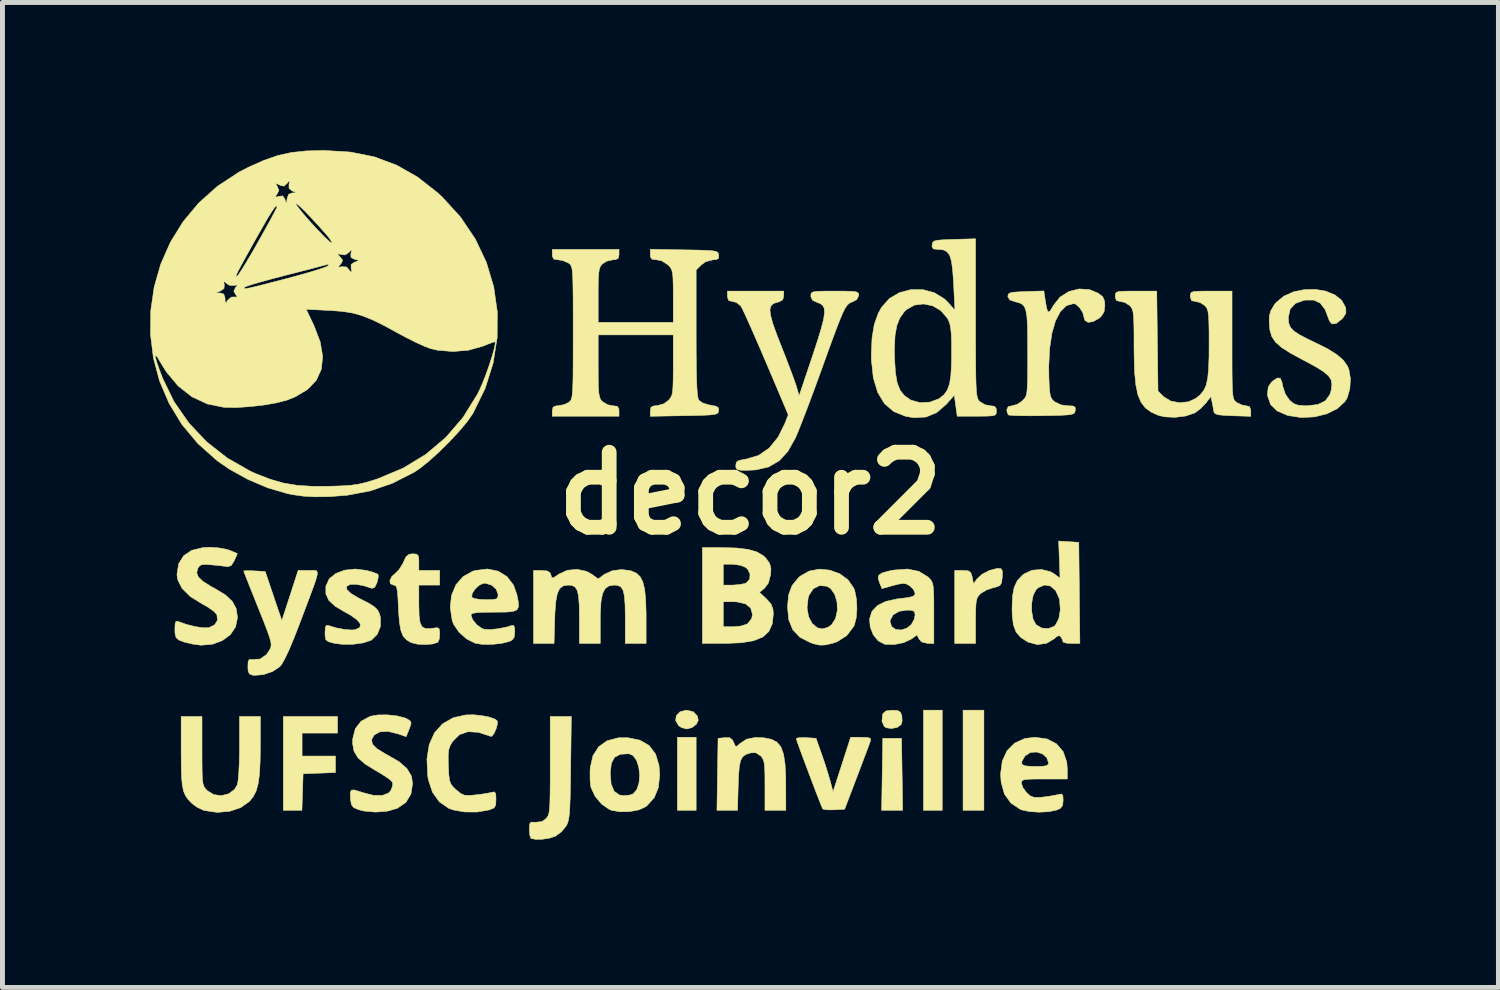
<source format=kicad_pcb>
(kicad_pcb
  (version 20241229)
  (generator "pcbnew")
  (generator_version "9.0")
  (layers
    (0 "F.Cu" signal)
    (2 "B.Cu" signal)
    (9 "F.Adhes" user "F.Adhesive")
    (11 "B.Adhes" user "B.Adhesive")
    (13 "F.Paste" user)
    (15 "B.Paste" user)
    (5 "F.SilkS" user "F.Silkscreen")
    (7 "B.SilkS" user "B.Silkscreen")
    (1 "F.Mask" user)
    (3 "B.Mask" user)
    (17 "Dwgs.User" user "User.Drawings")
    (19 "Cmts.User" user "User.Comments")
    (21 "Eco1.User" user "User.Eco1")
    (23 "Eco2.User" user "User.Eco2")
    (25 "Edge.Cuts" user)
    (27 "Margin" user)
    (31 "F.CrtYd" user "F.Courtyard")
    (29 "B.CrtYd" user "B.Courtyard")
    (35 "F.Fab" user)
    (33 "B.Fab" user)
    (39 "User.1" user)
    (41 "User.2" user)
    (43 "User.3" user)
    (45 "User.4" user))
  (footprint "decor2"
    (layer "F.Cu")
    (at 12.185 6.966)
    (property "Reference" "decor2" (at 0 0 0) (layer "F.SilkS") (effects (font (size 1.524 1.524) (thickness 0.3))))
    (attr through_hole)
    (fp_poly (pts (xy -1.101 6.435) (xy -1.482 6.435) (xy -1.482 4.953) (xy -1.101 4.953) (xy -1.101 6.435)) (stroke (width 0.01) (type solid)) (fill yes) (layer "F.SilkS"))
    (fp_poly (pts (xy 3.092 6.435) (xy 2.665 6.435) (xy 2.688 4.974) (xy 3.069 4.974) (xy 3.092 6.435)) (stroke (width 0.01) (type solid)) (fill yes) (layer "F.SilkS"))
    (fp_poly (pts (xy 3.895 6.435) (xy 3.514 6.435) (xy 3.514 4.403) (xy 3.895 4.403) (xy 3.895 6.435)) (stroke (width 0.01) (type solid)) (fill yes) (layer "F.SilkS"))
    (fp_poly (pts (xy 4.741 6.435) (xy 4.318 6.435) (xy 4.318 4.403) (xy 4.741 4.403) (xy 4.741 6.435)) (stroke (width 0.01) (type solid)) (fill yes) (layer "F.SilkS"))
    (fp_poly (pts (xy -8.382 4.868) (xy -9.102 4.868) (xy -9.102 5.334) (xy -8.424 5.334) (xy -8.424 5.669) (xy -9.081 5.694) (xy -9.093 6.064) (xy -9.105 6.435) (xy -9.483 6.435) (xy -9.483 4.53) (xy -8.382 4.53) (xy -8.382 4.868)) (stroke (width 0.01) (type solid)) (fill yes) (layer "F.SilkS"))
    (fp_poly (pts (xy -1.158 4.435) (xy -1.076 4.523) (xy -1.058 4.609) (xy -1.095 4.686) (xy -1.181 4.753) (xy -1.284 4.784) (xy -1.291 4.784) (xy -1.399 4.756) (xy -1.457 4.717) (xy -1.517 4.613) (xy -1.504 4.513) (xy -1.429 4.436) (xy -1.302 4.403) (xy -1.291 4.403) (xy -1.158 4.435)) (stroke (width 0.01) (type solid)) (fill yes) (layer "F.SilkS"))
    (fp_poly (pts (xy 2.993 4.411) (xy 3.048 4.447) (xy 3.075 4.515) (xy 3.081 4.624) (xy 3.061 4.695) (xy 2.983 4.752) (xy 2.869 4.775) (xy 2.76 4.76) (xy 2.72 4.735) (xy 2.671 4.63) (xy 2.685 4.491) (xy 2.693 4.47) (xy 2.755 4.418) (xy 2.882 4.403) (xy 2.993 4.411)) (stroke (width 0.01) (type solid)) (fill yes) (layer "F.SilkS"))
    (fp_poly (pts (xy 5.094 1.534) (xy 5.116 1.581) (xy 5.115 1.686) (xy 5.114 1.702) (xy 5.1 1.816) (xy 5.064 1.874) (xy 4.982 1.905) (xy 4.933 1.915) (xy 4.797 1.961) (xy 4.682 2.029) (xy 4.669 2.041) (xy 4.626 2.087) (xy 4.598 2.143) (xy 4.582 2.226) (xy 4.574 2.354) (xy 4.572 2.545) (xy 4.572 2.59) (xy 4.572 3.048) (xy 4.149 3.048) (xy 4.149 1.566) (xy 4.313 1.566) (xy 4.421 1.573) (xy 4.474 1.608) (xy 4.501 1.69) (xy 4.504 1.702) (xy 4.531 1.837) (xy 4.599 1.74) (xy 4.703 1.644) (xy 4.852 1.566) (xy 5.004 1.526) (xy 5.039 1.524) (xy 5.094 1.534)) (stroke (width 0.01) (type solid)) (fill yes) (layer "F.SilkS"))
    (fp_poly (pts (xy -3.649 5.577) (xy -3.653 5.906) (xy -3.658 6.162) (xy -3.665 6.355) (xy -3.674 6.497) (xy -3.687 6.599) (xy -3.703 6.672) (xy -3.725 6.727) (xy -3.745 6.762) (xy -3.839 6.874) (xy -3.956 6.96) (xy -3.963 6.963) (xy -4.079 7.001) (xy -4.219 7.023) (xy -4.35 7.027) (xy -4.442 7.01) (xy -4.459 6.999) (xy -4.478 6.942) (xy -4.487 6.837) (xy -4.487 6.816) (xy -4.482 6.715) (xy -4.453 6.676) (xy -4.38 6.677) (xy -4.365 6.679) (xy -4.231 6.664) (xy -4.153 6.608) (xy -4.125 6.576) (xy -4.103 6.537) (xy -4.087 6.48) (xy -4.077 6.394) (xy -4.07 6.267) (xy -4.066 6.089) (xy -4.064 5.848) (xy -4.064 5.535) (xy -4.064 5.524) (xy -4.064 4.53) (xy -3.635 4.53) (xy -3.649 5.577)) (stroke (width 0.01) (type solid)) (fill yes) (layer "F.SilkS"))
    (fp_poly (pts (xy 0.279 4.964) (xy 0.427 4.994) (xy 0.539 5.052) (xy 0.62 5.149) (xy 0.673 5.295) (xy 0.704 5.5) (xy 0.718 5.774) (xy 0.719 5.937) (xy 0.72 6.435) (xy 0.296 6.435) (xy 0.296 5.927) (xy 0.295 5.708) (xy 0.289 5.557) (xy 0.277 5.458) (xy 0.255 5.392) (xy 0.222 5.345) (xy 0.208 5.33) (xy 0.109 5.266) (xy 0.007 5.27) (xy -0.087 5.3) (xy -0.154 5.345) (xy -0.197 5.42) (xy -0.224 5.54) (xy -0.239 5.717) (xy -0.247 5.928) (xy -0.261 6.435) (xy -0.679 6.435) (xy -0.656 4.974) (xy -0.519 4.961) (xy -0.416 4.963) (xy -0.361 5.01) (xy -0.339 5.057) (xy -0.306 5.132) (xy -0.272 5.135) (xy -0.214 5.082) (xy -0.077 4.992) (xy 0.103 4.956) (xy 0.279 4.964)) (stroke (width 0.01) (type solid)) (fill yes) (layer "F.SilkS"))
    (fp_poly (pts (xy 2.374 4.957) (xy 2.432 4.973) (xy 2.442 5.009) (xy 2.437 5.027) (xy 2.415 5.09) (xy 2.368 5.218) (xy 2.301 5.394) (xy 2.222 5.604) (xy 2.164 5.757) (xy 1.914 6.413) (xy 1.701 6.426) (xy 1.576 6.427) (xy 1.489 6.416) (xy 1.469 6.405) (xy 1.445 6.352) (xy 1.399 6.237) (xy 1.336 6.076) (xy 1.263 5.884) (xy 1.185 5.678) (xy 1.108 5.473) (xy 1.038 5.285) (xy 0.982 5.13) (xy 0.944 5.023) (xy 0.931 4.98) (xy 0.969 4.964) (xy 1.065 4.959) (xy 1.132 4.961) (xy 1.333 4.974) (xy 1.453 5.313) (xy 1.517 5.501) (xy 1.576 5.689) (xy 1.62 5.838) (xy 1.625 5.856) (xy 1.678 6.06) (xy 1.857 5.506) (xy 2.036 4.953) (xy 2.248 4.953) (xy 2.374 4.957)) (stroke (width 0.01) (type solid)) (fill yes) (layer "F.SilkS"))
    (fp_poly (pts (xy -11.134 5.23) (xy -11.133 5.489) (xy -11.131 5.677) (xy -11.125 5.808) (xy -11.113 5.895) (xy -11.093 5.954) (xy -11.065 5.997) (xy -11.03 6.034) (xy -10.896 6.117) (xy -10.741 6.138) (xy -10.592 6.1) (xy -10.471 6.01) (xy -10.416 5.915) (xy -10.4 5.827) (xy -10.387 5.674) (xy -10.377 5.475) (xy -10.372 5.247) (xy -10.372 5.158) (xy -10.372 4.53) (xy -9.948 4.53) (xy -9.949 5.133) (xy -9.954 5.453) (xy -9.967 5.702) (xy -9.993 5.893) (xy -10.033 6.04) (xy -10.091 6.155) (xy -10.168 6.252) (xy -10.171 6.255) (xy -10.347 6.381) (xy -10.572 6.456) (xy -10.824 6.478) (xy -11.08 6.441) (xy -11.107 6.433) (xy -11.228 6.377) (xy -11.334 6.299) (xy -11.411 6.221) (xy -11.468 6.142) (xy -11.508 6.048) (xy -11.534 5.924) (xy -11.549 5.758) (xy -11.555 5.535) (xy -11.557 5.251) (xy -11.557 4.53) (xy -11.134 4.53) (xy -11.134 5.23)) (stroke (width 0.01) (type solid)) (fill yes) (layer "F.SilkS"))
    (fp_poly (pts (xy 1.615 1.56) (xy 1.816 1.634) (xy 1.983 1.757) (xy 2.099 1.924) (xy 2.118 1.973) (xy 2.153 2.144) (xy 2.163 2.342) (xy 2.148 2.533) (xy 2.109 2.681) (xy 2.101 2.698) (xy 1.957 2.888) (xy 1.759 3.014) (xy 1.672 3.044) (xy 1.525 3.078) (xy 1.414 3.083) (xy 1.296 3.057) (xy 1.214 3.029) (xy 1.005 2.922) (xy 0.861 2.77) (xy 0.779 2.567) (xy 0.756 2.328) (xy 1.151 2.328) (xy 1.182 2.505) (xy 1.255 2.645) (xy 1.365 2.732) (xy 1.46 2.752) (xy 1.571 2.722) (xy 1.649 2.669) (xy 1.73 2.54) (xy 1.766 2.377) (xy 1.759 2.206) (xy 1.712 2.05) (xy 1.629 1.932) (xy 1.553 1.886) (xy 1.406 1.873) (xy 1.281 1.935) (xy 1.193 2.062) (xy 1.172 2.129) (xy 1.151 2.328) (xy 0.756 2.328) (xy 0.754 2.304) (xy 0.776 2.062) (xy 0.846 1.873) (xy 0.973 1.717) (xy 1.013 1.681) (xy 1.195 1.578) (xy 1.402 1.539) (xy 1.615 1.56)) (stroke (width 0.01) (type solid)) (fill yes) (layer "F.SilkS"))
    (fp_poly (pts (xy -2.243 5.012) (xy -2.054 5.122) (xy -1.925 5.293) (xy -1.855 5.524) (xy -1.841 5.715) (xy -1.868 5.974) (xy -1.951 6.178) (xy -2.097 6.341) (xy -2.127 6.364) (xy -2.262 6.426) (xy -2.444 6.461) (xy -2.638 6.466) (xy -2.81 6.438) (xy -2.86 6.42) (xy -3.02 6.31) (xy -3.153 6.152) (xy -3.234 5.977) (xy -3.242 5.945) (xy -3.255 5.812) (xy -3.255 5.687) (xy -2.845 5.687) (xy -2.827 5.904) (xy -2.766 6.049) (xy -2.662 6.124) (xy -2.571 6.138) (xy -2.46 6.128) (xy -2.384 6.105) (xy -2.384 6.105) (xy -2.305 6.014) (xy -2.261 5.879) (xy -2.248 5.721) (xy -2.266 5.562) (xy -2.311 5.422) (xy -2.382 5.323) (xy -2.467 5.287) (xy -2.642 5.298) (xy -2.757 5.359) (xy -2.822 5.479) (xy -2.845 5.668) (xy -2.845 5.687) (xy -3.255 5.687) (xy -3.256 5.647) (xy -3.251 5.572) (xy -3.197 5.33) (xy -3.082 5.147) (xy -2.91 5.024) (xy -2.684 4.964) (xy -2.491 4.962) (xy -2.243 5.012)) (stroke (width 0.01) (type solid)) (fill yes) (layer "F.SilkS"))
    (fp_poly (pts (xy -6.775 1.235) (xy -6.74 1.272) (xy -6.731 1.364) (xy -6.731 1.397) (xy -6.731 1.566) (xy -6.308 1.566) (xy -6.308 1.863) (xy -6.731 1.863) (xy -6.731 2.26) (xy -6.726 2.478) (xy -6.707 2.623) (xy -6.666 2.709) (xy -6.597 2.745) (xy -6.494 2.744) (xy -6.455 2.739) (xy -6.357 2.728) (xy -6.316 2.753) (xy -6.308 2.834) (xy -6.308 2.858) (xy -6.318 2.961) (xy -6.344 3.022) (xy -6.346 3.025) (xy -6.453 3.059) (xy -6.604 3.071) (xy -6.76 3.063) (xy -6.884 3.032) (xy -6.886 3.031) (xy -6.982 2.975) (xy -7.051 2.898) (xy -7.096 2.784) (xy -7.125 2.62) (xy -7.143 2.39) (xy -7.146 2.318) (xy -7.156 2.116) (xy -7.167 1.984) (xy -7.183 1.907) (xy -7.207 1.872) (xy -7.241 1.863) (xy -7.244 1.863) (xy -7.31 1.835) (xy -7.32 1.77) (xy -7.28 1.689) (xy -7.217 1.633) (xy -7.132 1.548) (xy -7.056 1.426) (xy -7.043 1.395) (xy -6.99 1.286) (xy -6.931 1.238) (xy -6.853 1.228) (xy -6.775 1.235)) (stroke (width 0.01) (type solid)) (fill yes) (layer "F.SilkS"))
    (fp_poly (pts (xy -8.81 1.571) (xy -8.792 1.599) (xy -8.795 1.655) (xy -8.819 1.748) (xy -8.867 1.887) (xy -8.939 2.081) (xy -9.036 2.339) (xy -9.127 2.58) (xy -9.255 2.911) (xy -9.361 3.167) (xy -9.448 3.352) (xy -9.517 3.473) (xy -9.555 3.52) (xy -9.701 3.618) (xy -9.888 3.681) (xy -10.074 3.696) (xy -10.107 3.692) (xy -10.171 3.667) (xy -10.198 3.604) (xy -10.202 3.517) (xy -10.197 3.413) (xy -10.171 3.372) (xy -10.109 3.374) (xy -10.101 3.375) (xy -9.954 3.364) (xy -9.827 3.276) (xy -9.76 3.179) (xy -9.739 3.133) (xy -9.73 3.084) (xy -9.736 3.019) (xy -9.761 2.927) (xy -9.807 2.796) (xy -9.877 2.612) (xy -9.976 2.364) (xy -9.992 2.325) (xy -10.085 2.093) (xy -10.166 1.89) (xy -10.23 1.728) (xy -10.272 1.62) (xy -10.287 1.577) (xy -10.287 1.577) (xy -10.249 1.571) (xy -10.151 1.571) (xy -10.069 1.575) (xy -9.85 1.587) (xy -9.682 2.086) (xy -9.513 2.584) (xy -9.347 2.075) (xy -9.182 1.566) (xy -8.97 1.566) (xy -8.9 1.564) (xy -8.846 1.563) (xy -8.81 1.571)) (stroke (width 0.01) (type solid)) (fill yes) (layer "F.SilkS"))
    (fp_poly (pts (xy -5.454 4.513) (xy -5.298 4.544) (xy -5.184 4.585) (xy -5.14 4.62) (xy -5.136 4.682) (xy -5.16 4.775) (xy -5.2 4.867) (xy -5.244 4.927) (xy -5.269 4.935) (xy -5.523 4.852) (xy -5.735 4.84) (xy -5.907 4.9) (xy -6.041 5.032) (xy -6.045 5.038) (xy -6.095 5.122) (xy -6.124 5.206) (xy -6.135 5.316) (xy -6.134 5.477) (xy -6.131 5.539) (xy -6.123 5.713) (xy -6.108 5.827) (xy -6.08 5.903) (xy -6.032 5.965) (xy -5.973 6.02) (xy -5.883 6.094) (xy -5.804 6.129) (xy -5.702 6.134) (xy -5.592 6.124) (xy -5.441 6.106) (xy -5.312 6.084) (xy -5.26 6.072) (xy -5.199 6.062) (xy -5.172 6.093) (xy -5.165 6.184) (xy -5.165 6.216) (xy -5.171 6.328) (xy -5.204 6.387) (xy -5.288 6.422) (xy -5.323 6.432) (xy -5.555 6.471) (xy -5.803 6.469) (xy -6.029 6.429) (xy -6.125 6.395) (xy -6.316 6.263) (xy -6.455 6.067) (xy -6.539 5.812) (xy -6.551 5.735) (xy -6.567 5.395) (xy -6.521 5.103) (xy -6.414 4.863) (xy -6.25 4.68) (xy -6.032 4.556) (xy -5.784 4.5) (xy -5.624 4.496) (xy -5.454 4.513)) (stroke (width 0.01) (type solid)) (fill yes) (layer "F.SilkS"))
    (fp_poly (pts (xy -0.284 1.11) (xy -0.044 1.139) (xy 0.135 1.191) (xy 0.266 1.269) (xy 0.321 1.324) (xy 0.392 1.425) (xy 0.417 1.524) (xy 0.411 1.648) (xy 0.367 1.82) (xy 0.288 1.925) (xy 0.186 2.011) (xy 0.326 2.143) (xy 0.419 2.248) (xy 0.459 2.353) (xy 0.466 2.452) (xy 0.444 2.651) (xy 0.375 2.805) (xy 0.252 2.917) (xy 0.067 2.992) (xy -0.185 3.034) (xy -0.497 3.047) (xy -0.974 3.048) (xy -0.974 2.201) (xy -0.55 2.201) (xy -0.55 2.709) (xy -0.348 2.709) (xy -0.199 2.695) (xy -0.078 2.658) (xy -0.052 2.643) (xy 0.028 2.539) (xy 0.042 2.455) (xy 0.006 2.328) (xy -0.101 2.243) (xy -0.276 2.204) (xy -0.348 2.201) (xy -0.55 2.201) (xy -0.974 2.201) (xy -0.974 1.439) (xy -0.55 1.439) (xy -0.55 1.863) (xy -0.357 1.863) (xy -0.22 1.853) (xy -0.108 1.83) (xy -0.082 1.819) (xy -0.014 1.742) (xy -0.007 1.638) (xy -0.057 1.538) (xy -0.094 1.505) (xy -0.197 1.463) (xy -0.333 1.441) (xy -0.369 1.439) (xy -0.55 1.439) (xy -0.974 1.439) (xy -0.974 1.101) (xy -0.595 1.101) (xy -0.284 1.11)) (stroke (width 0.01) (type solid)) (fill yes) (layer "F.SilkS"))
    (fp_poly (pts (xy 6.668 0.995) (xy 6.679 2.021) (xy 6.69 3.048) (xy 6.52 3.048) (xy 6.414 3.041) (xy 6.354 3.023) (xy 6.349 3.016) (xy 6.329 2.956) (xy 6.309 2.922) (xy 6.272 2.887) (xy 6.221 2.908) (xy 6.172 2.95) (xy 6.012 3.046) (xy 5.826 3.071) (xy 5.641 3.022) (xy 5.633 3.018) (xy 5.49 2.926) (xy 5.395 2.818) (xy 5.34 2.673) (xy 5.316 2.475) (xy 5.314 2.399) (xy 5.712 2.399) (xy 5.74 2.556) (xy 5.798 2.665) (xy 5.8 2.667) (xy 5.916 2.735) (xy 6.05 2.746) (xy 6.167 2.7) (xy 6.192 2.678) (xy 6.262 2.546) (xy 6.292 2.367) (xy 6.279 2.174) (xy 6.267 2.124) (xy 6.196 1.972) (xy 6.091 1.882) (xy 5.969 1.862) (xy 5.844 1.916) (xy 5.801 1.955) (xy 5.742 2.068) (xy 5.712 2.226) (xy 5.712 2.399) (xy 5.314 2.399) (xy 5.313 2.336) (xy 5.322 2.09) (xy 5.356 1.909) (xy 5.419 1.774) (xy 5.519 1.665) (xy 5.559 1.634) (xy 5.722 1.561) (xy 5.911 1.546) (xy 6.091 1.59) (xy 6.167 1.634) (xy 6.287 1.723) (xy 6.273 1.346) (xy 6.259 0.969) (xy 6.668 0.995)) (stroke (width 0.01) (type solid)) (fill yes) (layer "F.SilkS"))
    (fp_poly (pts (xy -3.326 1.584) (xy -3.221 1.642) (xy -3.09 1.738) (xy -2.96 1.642) (xy -2.803 1.571) (xy -2.614 1.547) (xy -2.428 1.572) (xy -2.313 1.622) (xy -2.239 1.692) (xy -2.184 1.796) (xy -2.147 1.947) (xy -2.126 2.156) (xy -2.117 2.434) (xy -2.117 2.529) (xy -2.117 3.048) (xy -2.54 3.048) (xy -2.54 2.522) (xy -2.544 2.269) (xy -2.557 2.089) (xy -2.584 1.97) (xy -2.629 1.9) (xy -2.695 1.869) (xy -2.765 1.863) (xy -2.872 1.88) (xy -2.95 1.936) (xy -3.002 2.04) (xy -3.033 2.202) (xy -3.046 2.434) (xy -3.048 2.58) (xy -3.048 3.048) (xy -3.471 3.048) (xy -3.471 2.522) (xy -3.475 2.269) (xy -3.488 2.09) (xy -3.515 1.971) (xy -3.56 1.901) (xy -3.627 1.869) (xy -3.701 1.863) (xy -3.798 1.878) (xy -3.87 1.931) (xy -3.919 2.033) (xy -3.95 2.193) (xy -3.968 2.423) (xy -3.972 2.544) (xy -3.986 3.048) (xy -4.403 3.048) (xy -4.403 1.566) (xy -4.238 1.566) (xy -4.124 1.576) (xy -4.067 1.614) (xy -4.051 1.655) (xy -4.033 1.709) (xy -4.003 1.717) (xy -3.938 1.676) (xy -3.894 1.644) (xy -3.72 1.563) (xy -3.52 1.543) (xy -3.326 1.584)) (stroke (width 0.01) (type solid)) (fill yes) (layer "F.SilkS"))
    (fp_poly (pts (xy -7.79 1.566) (xy -7.788 1.567) (xy -7.664 1.602) (xy -7.578 1.635) (xy -7.557 1.65) (xy -7.556 1.709) (xy -7.58 1.808) (xy -7.583 1.818) (xy -7.628 1.91) (xy -7.681 1.929) (xy -7.699 1.924) (xy -7.852 1.875) (xy -8.005 1.848) (xy -8.123 1.849) (xy -8.131 1.851) (xy -8.2 1.892) (xy -8.192 1.954) (xy -8.111 2.033) (xy -7.96 2.123) (xy -7.931 2.138) (xy -7.752 2.229) (xy -7.635 2.303) (xy -7.565 2.374) (xy -7.527 2.456) (xy -7.51 2.524) (xy -7.511 2.704) (xy -7.576 2.864) (xy -7.692 2.978) (xy -7.707 2.986) (xy -7.862 3.037) (xy -8.064 3.065) (xy -8.277 3.067) (xy -8.456 3.043) (xy -8.568 3.012) (xy -8.62 2.971) (xy -8.635 2.892) (xy -8.636 2.829) (xy -8.63 2.721) (xy -8.608 2.68) (xy -8.565 2.685) (xy -8.408 2.732) (xy -8.239 2.764) (xy -8.09 2.775) (xy -8.019 2.768) (xy -7.929 2.723) (xy -7.917 2.656) (xy -7.981 2.572) (xy -8.118 2.473) (xy -8.228 2.413) (xy -8.431 2.292) (xy -8.559 2.173) (xy -8.619 2.043) (xy -8.619 1.892) (xy -8.616 1.877) (xy -8.55 1.735) (xy -8.418 1.628) (xy -8.238 1.56) (xy -8.023 1.537) (xy -7.79 1.566)) (stroke (width 0.01) (type solid)) (fill yes) (layer "F.SilkS"))
    (fp_poly (pts (xy -7.173 4.519) (xy -7.013 4.56) (xy -6.974 4.578) (xy -6.907 4.62) (xy -6.888 4.667) (xy -6.913 4.75) (xy -6.928 4.788) (xy -6.989 4.941) (xy -7.146 4.886) (xy -7.355 4.834) (xy -7.522 4.841) (xy -7.638 4.907) (xy -7.638 4.908) (xy -7.691 5) (xy -7.674 5.091) (xy -7.582 5.185) (xy -7.412 5.289) (xy -7.369 5.312) (xy -7.131 5.45) (xy -6.971 5.591) (xy -6.882 5.741) (xy -6.858 5.89) (xy -6.892 6.107) (xy -6.995 6.276) (xy -7.167 6.394) (xy -7.168 6.395) (xy -7.37 6.453) (xy -7.608 6.472) (xy -7.843 6.451) (xy -7.959 6.422) (xy -8.054 6.38) (xy -8.1 6.323) (xy -8.118 6.217) (xy -8.12 6.191) (xy -8.124 6.081) (xy -8.103 6.028) (xy -8.042 6.022) (xy -7.923 6.058) (xy -7.874 6.075) (xy -7.654 6.131) (xy -7.474 6.134) (xy -7.345 6.084) (xy -7.303 6.038) (xy -7.263 5.942) (xy -7.263 5.871) (xy -7.31 5.82) (xy -7.414 5.745) (xy -7.554 5.659) (xy -7.605 5.63) (xy -7.821 5.497) (xy -7.966 5.371) (xy -8.047 5.237) (xy -8.076 5.082) (xy -8.073 4.983) (xy -8.021 4.778) (xy -7.905 4.628) (xy -7.722 4.529) (xy -7.713 4.526) (xy -7.56 4.499) (xy -7.368 4.498) (xy -7.173 4.519)) (stroke (width 0.01) (type solid)) (fill yes) (layer "F.SilkS"))
    (fp_poly (pts (xy -10.798 1.107) (xy -10.639 1.136) (xy -10.567 1.159) (xy -10.416 1.223) (xy -10.476 1.363) (xy -10.539 1.465) (xy -10.611 1.49) (xy -10.612 1.489) (xy -10.696 1.478) (xy -10.829 1.463) (xy -10.929 1.453) (xy -11.068 1.443) (xy -11.148 1.452) (xy -11.194 1.485) (xy -11.216 1.519) (xy -11.241 1.61) (xy -11.21 1.696) (xy -11.116 1.787) (xy -10.95 1.891) (xy -10.874 1.932) (xy -10.659 2.062) (xy -10.518 2.194) (xy -10.44 2.34) (xy -10.414 2.515) (xy -10.414 2.528) (xy -10.453 2.714) (xy -10.559 2.871) (xy -10.721 2.99) (xy -10.923 3.064) (xy -11.152 3.084) (xy -11.324 3.061) (xy -11.498 3.019) (xy -11.604 2.979) (xy -11.66 2.927) (xy -11.681 2.849) (xy -11.684 2.765) (xy -11.68 2.649) (xy -11.662 2.6) (xy -11.622 2.6) (xy -11.61 2.605) (xy -11.448 2.662) (xy -11.271 2.706) (xy -11.111 2.73) (xy -10.997 2.728) (xy -10.996 2.728) (xy -10.878 2.671) (xy -10.819 2.577) (xy -10.832 2.465) (xy -10.837 2.455) (xy -10.898 2.392) (xy -11.01 2.313) (xy -11.128 2.246) (xy -11.372 2.096) (xy -11.54 1.929) (xy -11.628 1.752) (xy -11.642 1.647) (xy -11.608 1.432) (xy -11.508 1.269) (xy -11.344 1.158) (xy -11.115 1.102) (xy -10.965 1.095) (xy -10.798 1.107)) (stroke (width 0.01) (type solid)) (fill yes) (layer "F.SilkS"))
    (fp_poly (pts (xy 6.023 4.987) (xy 6.215 5.086) (xy 6.351 5.245) (xy 6.424 5.457) (xy 6.435 5.598) (xy 6.435 5.8) (xy 5.969 5.8) (xy 5.765 5.801) (xy 5.632 5.805) (xy 5.553 5.816) (xy 5.516 5.836) (xy 5.504 5.868) (xy 5.503 5.886) (xy 5.532 5.973) (xy 5.602 6.071) (xy 5.613 6.082) (xy 5.688 6.147) (xy 5.764 6.174) (xy 5.875 6.173) (xy 5.941 6.167) (xy 6.087 6.147) (xy 6.212 6.124) (xy 6.255 6.114) (xy 6.318 6.104) (xy 6.345 6.14) (xy 6.35 6.235) (xy 6.339 6.341) (xy 6.289 6.399) (xy 6.217 6.431) (xy 6.057 6.464) (xy 5.862 6.474) (xy 5.666 6.461) (xy 5.508 6.427) (xy 5.482 6.417) (xy 5.289 6.289) (xy 5.158 6.106) (xy 5.091 5.866) (xy 5.08 5.7) (xy 5.106 5.501) (xy 5.512 5.501) (xy 5.576 5.533) (xy 5.713 5.545) (xy 5.779 5.546) (xy 5.93 5.542) (xy 6.014 5.529) (xy 6.049 5.501) (xy 6.054 5.475) (xy 6.018 5.365) (xy 5.927 5.288) (xy 5.807 5.252) (xy 5.684 5.262) (xy 5.582 5.327) (xy 5.569 5.343) (xy 5.512 5.441) (xy 5.512 5.501) (xy 5.106 5.501) (xy 5.114 5.438) (xy 5.211 5.226) (xy 5.365 5.071) (xy 5.572 4.978) (xy 5.779 4.953) (xy 6.023 4.987)) (stroke (width 0.01) (type solid)) (fill yes) (layer "F.SilkS"))
    (fp_poly (pts (xy -5.122 1.58) (xy -4.941 1.691) (xy -4.808 1.865) (xy -4.74 2.058) (xy -4.712 2.204) (xy -4.708 2.303) (xy -4.739 2.365) (xy -4.817 2.397) (xy -4.954 2.411) (xy -5.161 2.413) (xy -5.206 2.413) (xy -5.419 2.415) (xy -5.559 2.423) (xy -5.639 2.438) (xy -5.671 2.461) (xy -5.673 2.471) (xy -5.639 2.566) (xy -5.556 2.667) (xy -5.453 2.742) (xy -5.397 2.762) (xy -5.277 2.766) (xy -5.116 2.749) (xy -4.952 2.716) (xy -4.858 2.687) (xy -4.808 2.681) (xy -4.787 2.727) (xy -4.784 2.812) (xy -4.796 2.923) (xy -4.843 2.983) (xy -4.892 3.007) (xy -5.057 3.048) (xy -5.257 3.068) (xy -5.453 3.066) (xy -5.588 3.043) (xy -5.759 2.958) (xy -5.914 2.821) (xy -6.025 2.659) (xy -6.054 2.584) (xy -6.094 2.317) (xy -6.071 2.104) (xy -5.658 2.104) (xy -5.654 2.112) (xy -5.599 2.137) (xy -5.487 2.154) (xy -5.374 2.159) (xy -5.234 2.157) (xy -5.159 2.144) (xy -5.128 2.113) (xy -5.122 2.055) (xy -5.122 2.054) (xy -5.16 1.948) (xy -5.253 1.865) (xy -5.374 1.826) (xy -5.423 1.828) (xy -5.507 1.867) (xy -5.589 1.944) (xy -5.647 2.031) (xy -5.658 2.104) (xy -6.071 2.104) (xy -6.067 2.071) (xy -5.979 1.858) (xy -5.834 1.691) (xy -5.638 1.582) (xy -5.59 1.567) (xy -5.342 1.536) (xy -5.122 1.58)) (stroke (width 0.01) (type solid)) (fill yes) (layer "F.SilkS"))
    (fp_poly (pts (xy 3.422 1.585) (xy 3.608 1.7) (xy 3.625 1.716) (xy 3.664 1.759) (xy 3.691 1.807) (xy 3.709 1.875) (xy 3.719 1.977) (xy 3.724 2.129) (xy 3.725 2.346) (xy 3.725 2.432) (xy 3.725 3.048) (xy 3.6 3.048) (xy 3.478 3.017) (xy 3.428 2.962) (xy 3.382 2.876) (xy 3.264 2.961) (xy 3.114 3.031) (xy 2.928 3.069) (xy 2.75 3.067) (xy 2.725 3.063) (xy 2.595 2.995) (xy 2.494 2.871) (xy 2.433 2.713) (xy 2.424 2.604) (xy 2.836 2.604) (xy 2.869 2.707) (xy 2.953 2.765) (xy 3.066 2.774) (xy 3.185 2.733) (xy 3.27 2.661) (xy 3.327 2.556) (xy 3.344 2.472) (xy 3.334 2.405) (xy 3.285 2.376) (xy 3.184 2.371) (xy 3.019 2.396) (xy 2.899 2.466) (xy 2.84 2.57) (xy 2.836 2.604) (xy 2.424 2.604) (xy 2.42 2.549) (xy 2.466 2.403) (xy 2.471 2.394) (xy 2.583 2.276) (xy 2.747 2.195) (xy 2.976 2.144) (xy 3.064 2.134) (xy 3.217 2.114) (xy 3.303 2.091) (xy 3.339 2.057) (xy 3.344 2.027) (xy 3.311 1.95) (xy 3.236 1.878) (xy 3.166 1.84) (xy 3.096 1.829) (xy 2.995 1.846) (xy 2.9 1.871) (xy 2.672 1.935) (xy 2.621 1.812) (xy 2.594 1.721) (xy 2.61 1.659) (xy 2.682 1.614) (xy 2.82 1.576) (xy 2.912 1.558) (xy 3.189 1.537) (xy 3.422 1.585)) (stroke (width 0.01) (type solid)) (fill yes) (layer "F.SilkS"))
    (fp_poly (pts (xy 11.68 -4.105) (xy 11.864 -4.031) (xy 12.004 -3.92) (xy 12.085 -3.773) (xy 12.089 -3.759) (xy 12.091 -3.658) (xy 12.034 -3.565) (xy 12.007 -3.537) (xy 11.894 -3.449) (xy 11.808 -3.439) (xy 11.753 -3.506) (xy 11.748 -3.524) (xy 11.669 -3.732) (xy 11.568 -3.863) (xy 11.436 -3.924) (xy 11.264 -3.923) (xy 11.238 -3.918) (xy 11.065 -3.855) (xy 10.96 -3.741) (xy 10.922 -3.575) (xy 10.922 -3.559) (xy 10.93 -3.456) (xy 10.963 -3.372) (xy 11.031 -3.297) (xy 11.149 -3.219) (xy 11.326 -3.127) (xy 11.451 -3.068) (xy 11.715 -2.937) (xy 11.907 -2.817) (xy 12.04 -2.702) (xy 12.124 -2.581) (xy 12.152 -2.512) (xy 12.183 -2.326) (xy 12.171 -2.125) (xy 12.12 -1.945) (xy 12.076 -1.868) (xy 11.919 -1.721) (xy 11.704 -1.614) (xy 11.452 -1.552) (xy 11.182 -1.539) (xy 10.914 -1.58) (xy 10.902 -1.584) (xy 10.695 -1.673) (xy 10.562 -1.803) (xy 10.502 -1.973) (xy 10.499 -2.031) (xy 10.516 -2.164) (xy 10.581 -2.258) (xy 10.609 -2.282) (xy 10.7 -2.342) (xy 10.757 -2.337) (xy 10.792 -2.261) (xy 10.81 -2.166) (xy 10.863 -2.012) (xy 10.948 -1.89) (xy 11.029 -1.823) (xy 11.119 -1.79) (xy 11.251 -1.778) (xy 11.303 -1.778) (xy 11.521 -1.803) (xy 11.675 -1.879) (xy 11.768 -2.01) (xy 11.794 -2.101) (xy 11.806 -2.21) (xy 11.791 -2.302) (xy 11.738 -2.385) (xy 11.638 -2.47) (xy 11.481 -2.568) (xy 11.258 -2.689) (xy 11.223 -2.707) (xy 10.971 -2.843) (xy 10.787 -2.96) (xy 10.661 -3.07) (xy 10.584 -3.188) (xy 10.545 -3.325) (xy 10.534 -3.496) (xy 10.537 -3.607) (xy 10.567 -3.709) (xy 10.638 -3.829) (xy 10.672 -3.872) (xy 10.831 -4.003) (xy 11.028 -4.091) (xy 11.245 -4.136) (xy 11.468 -4.141) (xy 11.68 -4.105)) (stroke (width 0.01) (type solid)) (fill yes) (layer "F.SilkS"))
    (fp_poly (pts (xy 6.889 -4.135) (xy 7.059 -4.064) (xy 7.152 -3.994) (xy 7.19 -3.911) (xy 7.197 -3.814) (xy 7.18 -3.681) (xy 7.119 -3.589) (xy 7.085 -3.559) (xy 6.961 -3.487) (xy 6.857 -3.471) (xy 6.79 -3.512) (xy 6.773 -3.577) (xy 6.746 -3.675) (xy 6.682 -3.774) (xy 6.604 -3.841) (xy 6.564 -3.852) (xy 6.42 -3.812) (xy 6.297 -3.695) (xy 6.197 -3.507) (xy 6.123 -3.255) (xy 6.076 -2.942) (xy 6.058 -2.577) (xy 6.061 -2.356) (xy 6.069 -2.162) (xy 6.081 -2.033) (xy 6.101 -1.951) (xy 6.134 -1.897) (xy 6.175 -1.859) (xy 6.306 -1.796) (xy 6.442 -1.778) (xy 6.55 -1.773) (xy 6.594 -1.747) (xy 6.597 -1.689) (xy 6.596 -1.683) (xy 6.588 -1.647) (xy 6.568 -1.621) (xy 6.522 -1.603) (xy 6.439 -1.592) (xy 6.305 -1.584) (xy 6.108 -1.579) (xy 5.924 -1.576) (xy 5.696 -1.574) (xy 5.498 -1.575) (xy 5.346 -1.58) (xy 5.255 -1.588) (xy 5.236 -1.594) (xy 5.211 -1.657) (xy 5.207 -1.7) (xy 5.236 -1.762) (xy 5.315 -1.778) (xy 5.419 -1.807) (xy 5.523 -1.878) (xy 5.526 -1.882) (xy 5.561 -1.919) (xy 5.588 -1.958) (xy 5.606 -2.012) (xy 5.618 -2.092) (xy 5.625 -2.211) (xy 5.629 -2.381) (xy 5.63 -2.613) (xy 5.63 -2.847) (xy 5.629 -3.162) (xy 5.625 -3.403) (xy 5.615 -3.58) (xy 5.595 -3.704) (xy 5.565 -3.787) (xy 5.52 -3.838) (xy 5.459 -3.868) (xy 5.379 -3.889) (xy 5.374 -3.889) (xy 5.268 -3.927) (xy 5.229 -3.987) (xy 5.228 -4.002) (xy 5.236 -4.043) (xy 5.27 -4.068) (xy 5.347 -4.084) (xy 5.482 -4.093) (xy 5.594 -4.097) (xy 5.959 -4.109) (xy 5.989 -3.907) (xy 6.015 -3.756) (xy 6.041 -3.685) (xy 6.075 -3.689) (xy 6.125 -3.764) (xy 6.153 -3.815) (xy 6.287 -3.984) (xy 6.468 -4.098) (xy 6.676 -4.15) (xy 6.889 -4.135)) (stroke (width 0.01) (type solid)) (fill yes) (layer "F.SilkS"))
    (fp_poly (pts (xy 0.677 -4.006) (xy 0.656 -3.927) (xy 0.578 -3.886) (xy 0.551 -3.88) (xy 0.469 -3.853) (xy 0.417 -3.806) (xy 0.397 -3.729) (xy 0.41 -3.612) (xy 0.456 -3.446) (xy 0.537 -3.22) (xy 0.626 -2.991) (xy 0.718 -2.759) (xy 0.802 -2.539) (xy 0.872 -2.351) (xy 0.921 -2.213) (xy 0.936 -2.165) (xy 0.99 -1.981) (xy 1.258 -2.779) (xy 1.362 -3.095) (xy 1.437 -3.341) (xy 1.485 -3.526) (xy 1.505 -3.661) (xy 1.5 -3.754) (xy 1.469 -3.815) (xy 1.414 -3.854) (xy 1.365 -3.872) (xy 1.264 -3.918) (xy 1.229 -3.989) (xy 1.228 -4.009) (xy 1.231 -4.051) (xy 1.25 -4.078) (xy 1.299 -4.095) (xy 1.392 -4.103) (xy 1.545 -4.106) (xy 1.714 -4.106) (xy 1.924 -4.105) (xy 2.062 -4.101) (xy 2.145 -4.091) (xy 2.186 -4.072) (xy 2.2 -4.043) (xy 2.201 -4.019) (xy 2.161 -3.935) (xy 2.078 -3.89) (xy 2.035 -3.873) (xy 1.997 -3.85) (xy 1.96 -3.813) (xy 1.921 -3.753) (xy 1.876 -3.663) (xy 1.821 -3.533) (xy 1.752 -3.356) (xy 1.665 -3.123) (xy 1.557 -2.826) (xy 1.439 -2.498) (xy 1.328 -2.194) (xy 1.219 -1.9) (xy 1.117 -1.63) (xy 1.027 -1.399) (xy 0.956 -1.221) (xy 0.913 -1.122) (xy 0.762 -0.853) (xy 0.586 -0.661) (xy 0.373 -0.537) (xy 0.114 -0.476) (xy -0.074 -0.466) (xy -0.204 -0.469) (xy -0.27 -0.485) (xy -0.294 -0.524) (xy -0.296 -0.566) (xy -0.286 -0.628) (xy -0.241 -0.664) (xy -0.139 -0.687) (xy -0.09 -0.694) (xy 0.163 -0.768) (xy 0.382 -0.919) (xy 0.565 -1.144) (xy 0.702 -1.422) (xy 0.769 -1.596) (xy 0.321 -2.651) (xy 0.199 -2.935) (xy 0.085 -3.198) (xy -0.016 -3.426) (xy -0.099 -3.611) (xy -0.16 -3.74) (xy -0.193 -3.801) (xy -0.283 -3.875) (xy -0.362 -3.895) (xy -0.441 -3.913) (xy -0.465 -3.983) (xy -0.466 -4) (xy -0.466 -4.106) (xy 0.677 -4.106) (xy 0.677 -4.006)) (stroke (width 0.01) (type solid)) (fill yes) (layer "F.SilkS"))
    (fp_poly (pts (xy 8.263 -3.091) (xy 8.276 -2.076) (xy 8.39 -1.962) (xy 8.533 -1.874) (xy 8.712 -1.839) (xy 8.896 -1.859) (xy 9.046 -1.929) (xy 9.137 -2.005) (xy 9.205 -2.089) (xy 9.253 -2.194) (xy 9.285 -2.334) (xy 9.303 -2.522) (xy 9.312 -2.771) (xy 9.313 -3.016) (xy 9.313 -3.279) (xy 9.309 -3.471) (xy 9.303 -3.604) (xy 9.29 -3.694) (xy 9.271 -3.752) (xy 9.244 -3.793) (xy 9.229 -3.81) (xy 9.128 -3.874) (xy 9.038 -3.895) (xy 8.958 -3.912) (xy 8.933 -3.981) (xy 8.932 -4) (xy 8.935 -4.049) (xy 8.953 -4.079) (xy 9.002 -4.097) (xy 9.097 -4.104) (xy 9.254 -4.106) (xy 9.356 -4.106) (xy 9.779 -4.106) (xy 9.779 -3.008) (xy 9.779 -2.675) (xy 9.78 -2.417) (xy 9.783 -2.222) (xy 9.788 -2.082) (xy 9.797 -1.986) (xy 9.81 -1.924) (xy 9.828 -1.885) (xy 9.852 -1.86) (xy 9.873 -1.844) (xy 9.981 -1.793) (xy 10.064 -1.778) (xy 10.137 -1.758) (xy 10.16 -1.684) (xy 10.16 -1.671) (xy 10.16 -1.563) (xy 9.79 -1.575) (xy 9.611 -1.583) (xy 9.5 -1.595) (xy 9.439 -1.615) (xy 9.413 -1.647) (xy 9.407 -1.672) (xy 9.388 -1.783) (xy 9.372 -1.861) (xy 9.35 -1.964) (xy 9.243 -1.828) (xy 9.142 -1.722) (xy 9.032 -1.638) (xy 9.017 -1.63) (xy 8.839 -1.57) (xy 8.623 -1.543) (xy 8.412 -1.553) (xy 8.283 -1.583) (xy 8.135 -1.65) (xy 8.019 -1.735) (xy 7.931 -1.849) (xy 7.868 -2.001) (xy 7.826 -2.202) (xy 7.801 -2.462) (xy 7.791 -2.79) (xy 7.789 -2.992) (xy 7.789 -3.26) (xy 7.786 -3.456) (xy 7.779 -3.594) (xy 7.768 -3.686) (xy 7.75 -3.747) (xy 7.724 -3.789) (xy 7.705 -3.81) (xy 7.604 -3.874) (xy 7.514 -3.895) (xy 7.434 -3.912) (xy 7.409 -3.981) (xy 7.408 -4) (xy 7.411 -4.049) (xy 7.429 -4.079) (xy 7.478 -4.097) (xy 7.574 -4.104) (xy 7.732 -4.106) (xy 7.83 -4.106) (xy 8.251 -4.106) (xy 8.263 -3.091)) (stroke (width 0.01) (type solid)) (fill yes) (layer "F.SilkS"))
    (fp_poly (pts (xy 4.572 -3.557) (xy 4.572 -3.145) (xy 4.573 -2.81) (xy 4.575 -2.542) (xy 4.578 -2.334) (xy 4.583 -2.177) (xy 4.59 -2.063) (xy 4.6 -1.984) (xy 4.613 -1.931) (xy 4.629 -1.895) (xy 4.65 -1.87) (xy 4.657 -1.863) (xy 4.763 -1.799) (xy 4.868 -1.778) (xy 4.959 -1.767) (xy 4.992 -1.718) (xy 4.995 -1.672) (xy 4.992 -1.623) (xy 4.973 -1.592) (xy 4.922 -1.575) (xy 4.822 -1.568) (xy 4.659 -1.566) (xy 4.597 -1.566) (xy 4.199 -1.566) (xy 4.17 -1.779) (xy 4.14 -1.992) (xy 3.978 -1.808) (xy 3.784 -1.639) (xy 3.565 -1.549) (xy 3.315 -1.536) (xy 3.151 -1.564) (xy 2.911 -1.66) (xy 2.722 -1.822) (xy 2.584 -2.051) (xy 2.496 -2.346) (xy 2.457 -2.71) (xy 2.455 -2.822) (xy 2.461 -2.943) (xy 2.924 -2.943) (xy 2.928 -2.731) (xy 2.945 -2.454) (xy 2.98 -2.247) (xy 3.039 -2.095) (xy 3.127 -1.983) (xy 3.25 -1.898) (xy 3.261 -1.892) (xy 3.442 -1.841) (xy 3.643 -1.851) (xy 3.826 -1.919) (xy 3.841 -1.929) (xy 3.933 -2.003) (xy 3.999 -2.097) (xy 4.044 -2.224) (xy 4.071 -2.398) (xy 4.083 -2.633) (xy 4.085 -2.836) (xy 4.084 -3.076) (xy 4.078 -3.247) (xy 4.065 -3.369) (xy 4.045 -3.458) (xy 4.013 -3.53) (xy 3.999 -3.556) (xy 3.868 -3.71) (xy 3.7 -3.807) (xy 3.514 -3.845) (xy 3.33 -3.821) (xy 3.169 -3.731) (xy 3.126 -3.689) (xy 3.034 -3.56) (xy 2.972 -3.402) (xy 2.937 -3.201) (xy 2.924 -2.943) (xy 2.461 -2.943) (xy 2.47 -3.158) (xy 2.516 -3.43) (xy 2.597 -3.657) (xy 2.664 -3.777) (xy 2.824 -3.956) (xy 3.028 -4.076) (xy 3.26 -4.136) (xy 3.5 -4.136) (xy 3.733 -4.074) (xy 3.939 -3.948) (xy 4.022 -3.867) (xy 4.153 -3.717) (xy 4.126 -4.261) (xy 4.108 -4.52) (xy 4.084 -4.707) (xy 4.047 -4.831) (xy 3.992 -4.906) (xy 3.914 -4.943) (xy 3.807 -4.953) (xy 3.802 -4.953) (xy 3.714 -4.963) (xy 3.688 -5.007) (xy 3.691 -5.048) (xy 3.701 -5.091) (xy 3.73 -5.12) (xy 3.791 -5.137) (xy 3.902 -5.147) (xy 4.077 -5.154) (xy 4.138 -5.156) (xy 4.572 -5.168) (xy 4.572 -3.557)) (stroke (width 0.01) (type solid)) (fill yes) (layer "F.SilkS"))
    (fp_poly (pts (xy -1.344 -4.943) (xy -1.089 -4.939) (xy -0.906 -4.933) (xy -0.782 -4.926) (xy -0.707 -4.913) (xy -0.666 -4.895) (xy -0.649 -4.868) (xy -0.643 -4.837) (xy -0.646 -4.77) (xy -0.697 -4.744) (xy -0.761 -4.741) (xy -0.911 -4.701) (xy -0.997 -4.637) (xy -1.101 -4.534) (xy -1.101 -3.249) (xy -1.1 -2.859) (xy -1.097 -2.546) (xy -1.092 -2.304) (xy -1.084 -2.124) (xy -1.074 -1.999) (xy -1.06 -1.922) (xy -1.046 -1.889) (xy -0.971 -1.836) (xy -0.849 -1.797) (xy -0.811 -1.79) (xy -0.698 -1.769) (xy -0.648 -1.736) (xy -0.643 -1.678) (xy -0.643 -1.677) (xy -0.652 -1.644) (xy -0.674 -1.62) (xy -0.723 -1.603) (xy -0.81 -1.592) (xy -0.949 -1.585) (xy -1.15 -1.579) (xy -1.344 -1.576) (xy -2.032 -1.564) (xy -2.032 -1.671) (xy -2.019 -1.747) (xy -1.962 -1.775) (xy -1.903 -1.778) (xy -1.758 -1.817) (xy -1.67 -1.882) (xy -1.63 -1.926) (xy -1.601 -1.973) (xy -1.583 -2.039) (xy -1.573 -2.139) (xy -1.568 -2.287) (xy -1.566 -2.499) (xy -1.566 -2.602) (xy -1.566 -3.217) (xy -3.09 -3.217) (xy -3.09 -2.582) (xy -3.089 -2.335) (xy -3.086 -2.158) (xy -3.077 -2.036) (xy -3.062 -1.957) (xy -3.04 -1.904) (xy -3.007 -1.864) (xy -3.006 -1.863) (xy -2.899 -1.799) (xy -2.794 -1.778) (xy -2.703 -1.767) (xy -2.67 -1.718) (xy -2.667 -1.672) (xy -2.667 -1.566) (xy -4.022 -1.566) (xy -4.022 -1.672) (xy -4.006 -1.75) (xy -3.944 -1.776) (xy -3.904 -1.778) (xy -3.778 -1.802) (xy -3.692 -1.844) (xy -3.666 -1.864) (xy -3.646 -1.889) (xy -3.63 -1.928) (xy -3.618 -1.99) (xy -3.609 -2.085) (xy -3.604 -2.221) (xy -3.6 -2.408) (xy -3.599 -2.654) (xy -3.598 -2.969) (xy -3.598 -3.26) (xy -3.598 -3.633) (xy -3.599 -3.931) (xy -3.601 -4.162) (xy -3.605 -4.335) (xy -3.611 -4.461) (xy -3.62 -4.547) (xy -3.633 -4.603) (xy -3.65 -4.638) (xy -3.672 -4.661) (xy -3.692 -4.675) (xy -3.809 -4.726) (xy -3.904 -4.741) (xy -3.99 -4.755) (xy -4.02 -4.811) (xy -4.022 -4.847) (xy -4.022 -4.953) (xy -2.667 -4.953) (xy -2.667 -4.847) (xy -2.681 -4.772) (xy -2.739 -4.744) (xy -2.794 -4.741) (xy -2.918 -4.713) (xy -3.006 -4.657) (xy -3.041 -4.614) (xy -3.065 -4.557) (xy -3.079 -4.471) (xy -3.087 -4.34) (xy -3.09 -4.149) (xy -3.09 -4.022) (xy -3.09 -3.471) (xy -1.566 -3.471) (xy -1.566 -4.002) (xy -1.567 -4.224) (xy -1.572 -4.378) (xy -1.582 -4.48) (xy -1.602 -4.548) (xy -1.633 -4.598) (xy -1.67 -4.637) (xy -1.804 -4.723) (xy -1.903 -4.741) (xy -1.995 -4.752) (xy -2.029 -4.799) (xy -2.032 -4.848) (xy -2.032 -4.955) (xy -1.344 -4.943)) (stroke (width 0.01) (type solid)) (fill yes) (layer "F.SilkS"))
    (fp_poly (pts (xy -8.657 -6.961) (xy -8.121 -6.929) (xy -7.632 -6.831) (xy -7.182 -6.663) (xy -6.758 -6.422) (xy -6.351 -6.103) (xy -6.255 -6.014) (xy -5.884 -5.608) (xy -5.585 -5.164) (xy -5.36 -4.69) (xy -5.211 -4.193) (xy -5.138 -3.682) (xy -5.141 -3.163) (xy -5.223 -2.644) (xy -5.384 -2.133) (xy -5.626 -1.636) (xy -5.636 -1.618) (xy -5.749 -1.456) (xy -5.912 -1.262) (xy -6.107 -1.051) (xy -6.318 -0.843) (xy -6.525 -0.655) (xy -6.713 -0.505) (xy -6.825 -0.429) (xy -7.27 -0.203) (xy -7.718 -0.049) (xy -8.192 0.04) (xy -8.551 0.067) (xy -8.836 0.071) (xy -9.071 0.058) (xy -9.293 0.027) (xy -9.403 0.005) (xy -9.794 -0.11) (xy -10.198 -0.281) (xy -10.58 -0.492) (xy -10.823 -0.66) (xy -11.219 -1.012) (xy -11.546 -1.405) (xy -11.804 -1.831) (xy -11.996 -2.282) (xy -12.121 -2.751) (xy -12.124 -2.777) (xy -12.083 -2.777) (xy -12.057 -2.678) (xy -12.001 -2.514) (xy -11.93 -2.329) (xy -11.7 -1.858) (xy -11.4 -1.427) (xy -11.037 -1.043) (xy -10.618 -0.715) (xy -10.153 -0.45) (xy -10.033 -0.396) (xy -9.745 -0.284) (xy -9.474 -0.207) (xy -9.193 -0.161) (xy -8.877 -0.142) (xy -8.551 -0.143) (xy -8.305 -0.151) (xy -8.117 -0.163) (xy -7.961 -0.185) (xy -7.813 -0.219) (xy -7.645 -0.27) (xy -7.564 -0.296) (xy -7.051 -0.511) (xy -6.59 -0.791) (xy -6.183 -1.135) (xy -5.835 -1.54) (xy -5.547 -2.003) (xy -5.505 -2.085) (xy -5.441 -2.229) (xy -5.373 -2.402) (xy -5.307 -2.587) (xy -5.249 -2.765) (xy -5.205 -2.919) (xy -5.181 -3.029) (xy -5.182 -3.078) (xy -5.222 -3.068) (xy -5.319 -3.033) (xy -5.442 -2.984) (xy -5.726 -2.905) (xy -6.042 -2.879) (xy -6.356 -2.906) (xy -6.501 -2.941) (xy -6.621 -2.987) (xy -6.791 -3.064) (xy -6.988 -3.163) (xy -7.176 -3.264) (xy -7.457 -3.417) (xy -7.689 -3.53) (xy -7.891 -3.609) (xy -8.083 -3.662) (xy -8.286 -3.694) (xy -8.52 -3.712) (xy -8.562 -3.714) (xy -9.018 -3.736) (xy -8.86 -3.404) (xy -8.734 -3.074) (xy -8.684 -2.778) (xy -8.711 -2.518) (xy -8.814 -2.293) (xy -8.994 -2.106) (xy -9.249 -1.955) (xy -9.418 -1.889) (xy -9.62 -1.837) (xy -9.875 -1.793) (xy -10.153 -1.761) (xy -10.423 -1.743) (xy -10.654 -1.744) (xy -10.69 -1.746) (xy -11.027 -1.815) (xy -11.339 -1.961) (xy -11.619 -2.181) (xy -11.86 -2.469) (xy -11.971 -2.649) (xy -12.04 -2.765) (xy -12.077 -2.807) (xy -12.083 -2.777) (xy -12.124 -2.777) (xy -12.18 -3.23) (xy -12.174 -3.712) (xy -12.122 -4.069) (xy -10.858 -4.069) (xy -10.763 -4.067) (xy -10.692 -4.045) (xy -10.667 -3.971) (xy -10.666 -3.948) (xy -10.662 -3.869) (xy -10.645 -3.869) (xy -10.614 -3.918) (xy -10.537 -3.984) (xy -10.479 -3.987) (xy -10.422 -3.982) (xy -10.436 -4.017) (xy -10.452 -4.038) (xy -10.488 -4.105) (xy -10.458 -4.167) (xy -10.281 -4.167) (xy -10.277 -4.156) (xy -10.242 -4.157) (xy -10.167 -4.17) (xy -10.044 -4.199) (xy -9.862 -4.244) (xy -9.613 -4.309) (xy -9.424 -4.358) (xy -9.174 -4.425) (xy -8.951 -4.488) (xy -8.769 -4.544) (xy -8.64 -4.588) (xy -8.579 -4.616) (xy -8.578 -4.618) (xy -8.555 -4.654) (xy -8.596 -4.646) (xy -8.656 -4.629) (xy -8.784 -4.595) (xy -8.966 -4.547) (xy -9.189 -4.49) (xy -9.437 -4.427) (xy -9.442 -4.425) (xy -9.689 -4.361) (xy -9.908 -4.301) (xy -10.085 -4.25) (xy -10.208 -4.211) (xy -10.263 -4.188) (xy -10.264 -4.188) (xy -10.281 -4.167) (xy -10.458 -4.167) (xy -10.456 -4.171) (xy -10.451 -4.178) (xy -10.416 -4.229) (xy -10.445 -4.229) (xy -10.473 -4.219) (xy -10.575 -4.223) (xy -10.629 -4.257) (xy -10.683 -4.301) (xy -10.692 -4.281) (xy -10.681 -4.238) (xy -10.687 -4.159) (xy -10.758 -4.109) (xy -10.858 -4.069) (xy -12.122 -4.069) (xy -12.105 -4.188) (xy -12.04 -4.415) (xy -10.44 -4.415) (xy -10.436 -4.404) (xy -10.425 -4.403) (xy -10.394 -4.438) (xy -10.329 -4.536) (xy -10.238 -4.684) (xy -10.131 -4.865) (xy -8.372 -4.865) (xy -8.369 -4.843) (xy -8.33 -4.801) (xy -8.281 -4.737) (xy -8.295 -4.685) (xy -8.323 -4.651) (xy -8.365 -4.599) (xy -8.34 -4.592) (xy -8.296 -4.602) (xy -8.2 -4.596) (xy -8.163 -4.557) (xy -8.115 -4.494) (xy -8.094 -4.506) (xy -8.107 -4.572) (xy -8.106 -4.648) (xy -8.039 -4.692) (xy -7.944 -4.728) (xy -8.04 -4.753) (xy -8.109 -4.789) (xy -8.112 -4.862) (xy -8.108 -4.876) (xy -8.093 -4.943) (xy -8.112 -4.935) (xy -8.144 -4.896) (xy -8.227 -4.84) (xy -8.305 -4.848) (xy -8.372 -4.865) (xy -10.131 -4.865) (xy -10.126 -4.873) (xy -10.002 -5.09) (xy -10 -5.094) (xy -9.877 -5.313) (xy -9.77 -5.507) (xy -9.686 -5.663) (xy -9.63 -5.77) (xy -9.61 -5.816) (xy -9.61 -5.816) (xy -9.621 -5.839) (xy -9.656 -5.808) (xy -9.718 -5.719) (xy -9.811 -5.568) (xy -9.937 -5.348) (xy -10.023 -5.197) (xy -10.169 -4.936) (xy -10.278 -4.739) (xy -10.355 -4.598) (xy -10.405 -4.503) (xy -10.432 -4.445) (xy -10.44 -4.415) (xy -12.04 -4.415) (xy -11.972 -4.653) (xy -11.776 -5.097) (xy -11.519 -5.513) (xy -11.212 -5.881) (xy -9.229 -5.881) (xy -9.201 -5.831) (xy -9.129 -5.737) (xy -9.024 -5.613) (xy -8.902 -5.475) (xy -8.775 -5.338) (xy -8.658 -5.217) (xy -8.564 -5.126) (xy -8.507 -5.082) (xy -8.5 -5.08) (xy -8.501 -5.108) (xy -8.548 -5.18) (xy -8.596 -5.239) (xy -8.765 -5.43) (xy -8.921 -5.599) (xy -9.053 -5.736) (xy -9.154 -5.834) (xy -9.215 -5.882) (xy -9.229 -5.881) (xy -11.212 -5.881) (xy -11.201 -5.894) (xy -11.059 -6.021) (xy -9.648 -6.021) (xy -9.62 -6.017) (xy -9.575 -6.03) (xy -9.495 -6.038) (xy -9.455 -5.982) (xy -9.448 -5.962) (xy -9.427 -5.897) (xy -9.416 -5.908) (xy -9.406 -5.98) (xy -9.376 -6.07) (xy -9.303 -6.099) (xy -9.3 -6.099) (xy -9.207 -6.101) (xy -9.299 -6.138) (xy -9.367 -6.191) (xy -9.368 -6.273) (xy -9.355 -6.341) (xy -9.375 -6.331) (xy -9.407 -6.292) (xy -9.467 -6.238) (xy -9.538 -6.25) (xy -9.562 -6.262) (xy -9.627 -6.293) (xy -9.629 -6.272) (xy -9.604 -6.229) (xy -9.573 -6.148) (xy -9.61 -6.075) (xy -9.612 -6.072) (xy -9.648 -6.021) (xy -11.059 -6.021) (xy -10.823 -6.232) (xy -10.386 -6.52) (xy -10.186 -6.623) (xy -9.873 -6.762) (xy -9.594 -6.859) (xy -9.318 -6.92) (xy -9.018 -6.952) (xy -8.664 -6.961) (xy -8.657 -6.961)) (stroke (width 0.01) (type solid)) (fill yes) (layer "F.SilkS")))
  (gr_rect
    (start -3 -3)
    (end 27.373 16.998)
    (stroke (width 0.1) (type default))
    (fill no)
    (layer "Edge.Cuts")))
</source>
